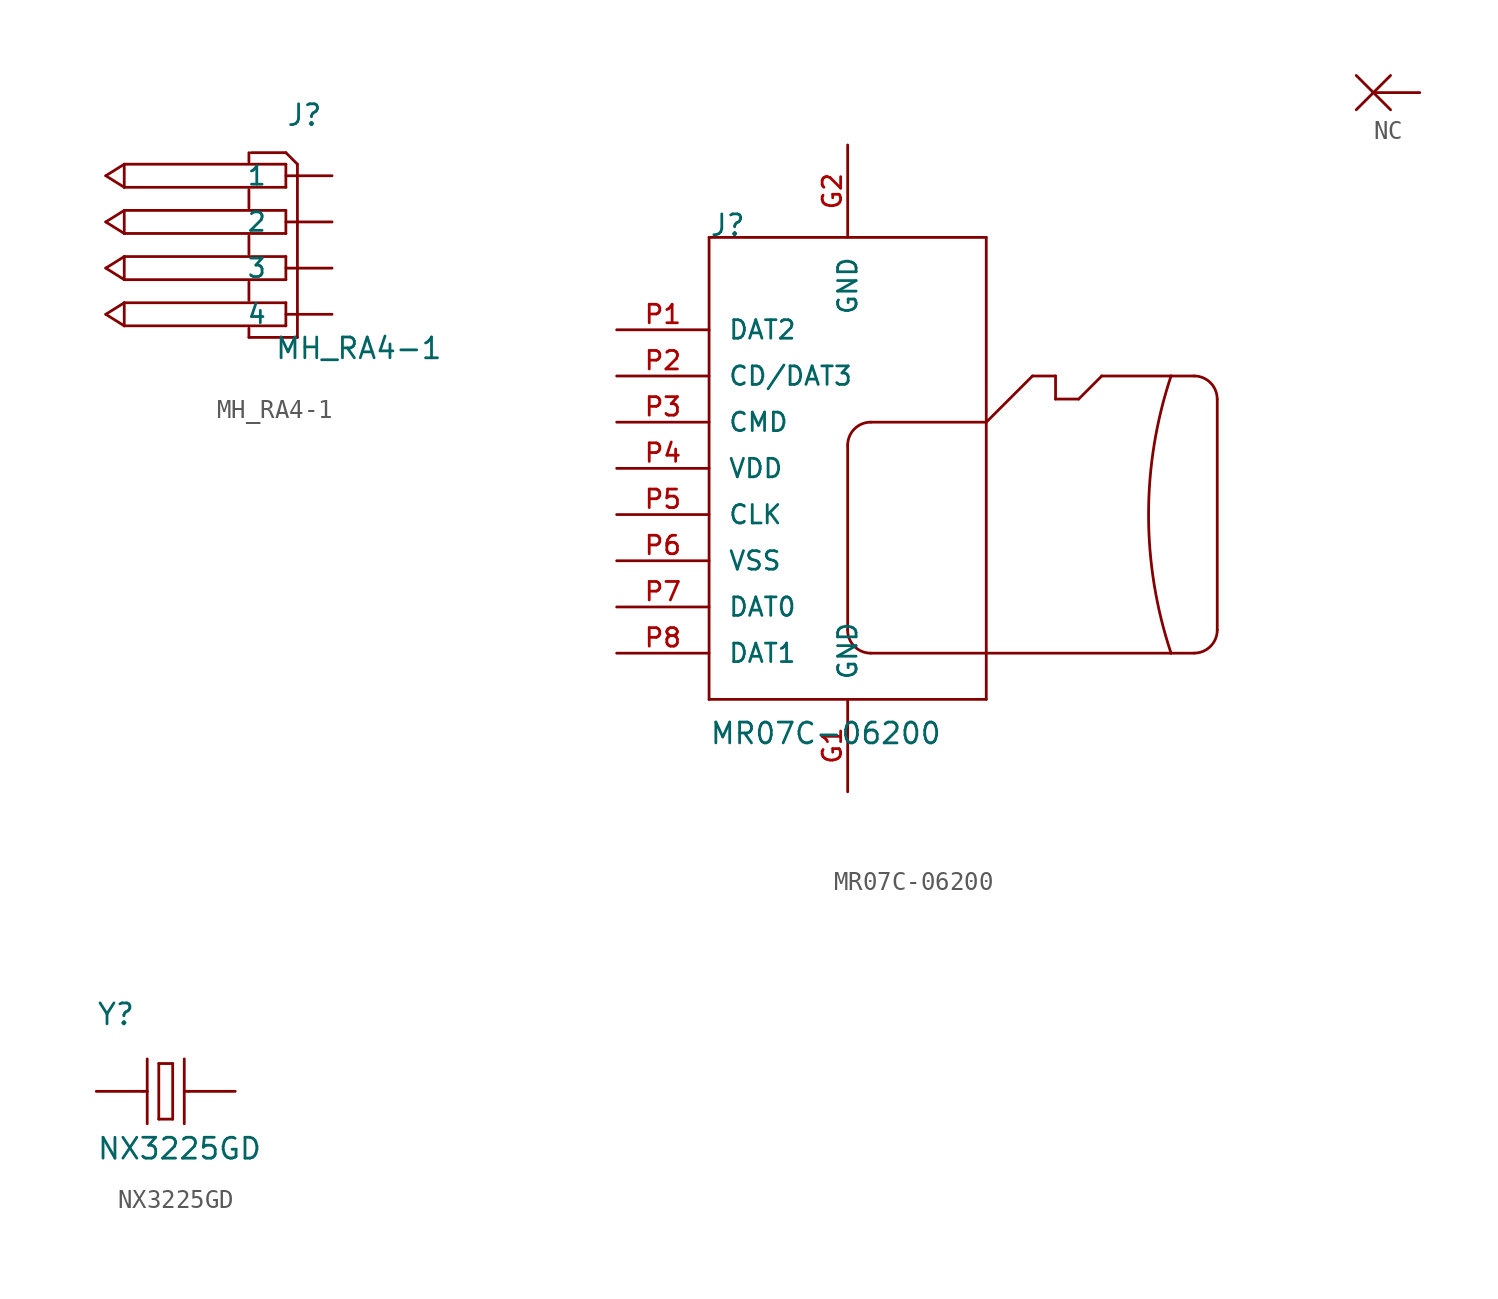
<source format=kicad_sym>
(kicad_symbol_lib
  (version 20211014)
  (generator kicad_symbol_editor)
  (symbol "MH_RA4-1"
    (pin_numbers hide)
    (pin_names
      (offset 1.016))
    (property "Reference" "J"
      (at 0 7.747 0)
      (effects (font (size 1.143 1.143)) (justify left bottom)))
    (property "Value" "MH_RA4-1"
      (at -0.635 -5.08 0)
      (effects (font (size 1.143 1.143)) (justify left bottom)))
    (property "ki_locked" ""
      (at 0 0 0)
      (effects (font (size 1.27 1.27))))
    (symbol "MH_RA4-1_1_0"
      (polyline (pts (xy -9.906 -2.54) (xy -8.89 -3.175)) (stroke (width 0) (type default) (color 0 0 0 0)) (fill (type none)))
      (polyline (pts (xy -9.906 0) (xy -8.89 -0.635)) (stroke (width 0) (type default) (color 0 0 0 0)) (fill (type none)))
      (polyline (pts (xy -9.906 2.54) (xy -8.89 1.905)) (stroke (width 0) (type default) (color 0 0 0 0)) (fill (type none)))
      (polyline (pts (xy -9.906 5.08) (xy -8.89 4.445)) (stroke (width 0) (type default) (color 0 0 0 0)) (fill (type none)))
      (polyline (pts (xy -8.89 -3.175) (xy -8.89 -1.905)) (stroke (width 0) (type default) (color 0 0 0 0)) (fill (type none)))
      (polyline (pts (xy -8.89 -1.905) (xy -9.906 -2.54)) (stroke (width 0) (type default) (color 0 0 0 0)) (fill (type none)))
      (polyline (pts (xy -8.89 -1.905) (xy 0 -1.905)) (stroke (width 0) (type default) (color 0 0 0 0)) (fill (type none)))
      (polyline (pts (xy -8.89 -0.635) (xy -8.89 0.635)) (stroke (width 0) (type default) (color 0 0 0 0)) (fill (type none)))
      (polyline (pts (xy -8.89 0.635) (xy -9.906 0)) (stroke (width 0) (type default) (color 0 0 0 0)) (fill (type none)))
      (polyline (pts (xy -8.89 0.635) (xy 0 0.635)) (stroke (width 0) (type default) (color 0 0 0 0)) (fill (type none)))
      (polyline (pts (xy -8.89 1.905) (xy -8.89 3.175)) (stroke (width 0) (type default) (color 0 0 0 0)) (fill (type none)))
      (polyline (pts (xy -8.89 3.175) (xy -9.906 2.54)) (stroke (width 0) (type default) (color 0 0 0 0)) (fill (type none)))
      (polyline (pts (xy -8.89 3.175) (xy 0 3.175)) (stroke (width 0) (type default) (color 0 0 0 0)) (fill (type none)))
      (polyline (pts (xy -8.89 4.445) (xy -8.89 5.715)) (stroke (width 0) (type default) (color 0 0 0 0)) (fill (type none)))
      (polyline (pts (xy -8.89 5.715) (xy -9.906 5.08)) (stroke (width 0) (type default) (color 0 0 0 0)) (fill (type none)))
      (polyline (pts (xy -8.89 5.715) (xy 0 5.715)) (stroke (width 0) (type default) (color 0 0 0 0)) (fill (type none)))
      (polyline (pts (xy -2.032 -3.302) (xy -2.032 -3.81)) (stroke (width 0) (type default) (color 0 0 0 0)) (fill (type none)))
      (polyline (pts (xy -2.032 -0.762) (xy -2.032 -1.778)) (stroke (width 0) (type default) (color 0 0 0 0)) (fill (type none)))
      (polyline (pts (xy -2.032 1.778) (xy -2.032 0.762)) (stroke (width 0) (type default) (color 0 0 0 0)) (fill (type none)))
      (polyline (pts (xy -2.032 4.318) (xy -2.032 3.302)) (stroke (width 0) (type default) (color 0 0 0 0)) (fill (type none)))
      (polyline (pts (xy -2.032 6.35) (xy -2.032 5.842)) (stroke (width 0) (type default) (color 0 0 0 0)) (fill (type none)))
      (polyline (pts (xy -1.905 6.35) (xy 0 6.35)) (stroke (width 0) (type default) (color 0 0 0 0)) (fill (type none)))
      (polyline (pts (xy 0 -3.175) (xy -8.89 -3.175)) (stroke (width 0) (type default) (color 0 0 0 0)) (fill (type none)))
      (polyline (pts (xy 0 -1.905) (xy 0 -3.175)) (stroke (width 0) (type default) (color 0 0 0 0)) (fill (type none)))
      (polyline (pts (xy 0 -0.635) (xy -8.89 -0.635)) (stroke (width 0) (type default) (color 0 0 0 0)) (fill (type none)))
      (polyline (pts (xy 0 0.635) (xy 0 -0.635)) (stroke (width 0) (type default) (color 0 0 0 0)) (fill (type none)))
      (polyline (pts (xy 0 1.905) (xy -8.89 1.905)) (stroke (width 0) (type default) (color 0 0 0 0)) (fill (type none)))
      (polyline (pts (xy 0 3.175) (xy 0 1.905)) (stroke (width 0) (type default) (color 0 0 0 0)) (fill (type none)))
      (polyline (pts (xy 0 4.445) (xy -8.89 4.445)) (stroke (width 0) (type default) (color 0 0 0 0)) (fill (type none)))
      (polyline (pts (xy 0 5.715) (xy 0 4.445)) (stroke (width 0) (type default) (color 0 0 0 0)) (fill (type none)))
      (polyline (pts (xy 0 6.35) (xy 0.635 5.715)) (stroke (width 0) (type default) (color 0 0 0 0)) (fill (type none)))
      (polyline (pts (xy 0.635 -3.81) (xy -2.032 -3.81)) (stroke (width 0) (type default) (color 0 0 0 0)) (fill (type none)))
      (polyline (pts (xy 0.635 -3.81) (xy 0.635 5.715)) (stroke (width 0) (type default) (color 0 0 0 0)) (fill (type none))))
    (symbol "MH_RA4-1_1_1"
      (pin passive line (at 2.54 5.08 180) (length 2.54) (name "1" (effects (font (size 1.016 1.016)))) (number "1" (effects (font (size 1.016 1.016)))))
      (pin passive line (at 2.54 2.54 180) (length 2.54) (name "2" (effects (font (size 1.016 1.016)))) (number "2" (effects (font (size 1.016 1.016)))))
      (pin passive line (at 2.54 0 180) (length 2.54) (name "3" (effects (font (size 1.016 1.016)))) (number "3" (effects (font (size 1.016 1.016)))))
      (pin passive line (at 2.54 -2.54 180) (length 2.54) (name "4" (effects (font (size 1.016 1.016)))) (number "4" (effects (font (size 1.016 1.016)))))))
  (symbol "MR07C-06200"
    (pin_names
      (offset 1.016))
    (property "Reference" "J"
      (at -7.62 12.7 0)
      (effects (font (size 1.143 1.143)) (justify left bottom)))
    (property "Value" "MR07C-06200"
      (at -7.62 -15.24 0)
      (effects (font (size 1.143 1.143)) (justify left bottom)))
    (property "ki_locked" ""
      (at 0 0 0)
      (effects (font (size 1.27 1.27))))
    (symbol "MR07C-06200_1_0"
      (polyline (pts (xy -7.62 -12.7) (xy 7.62 -12.7)) (stroke (width 0) (type default) (color 0 0 0 0)) (fill (type none)))
      (polyline (pts (xy -7.62 12.7) (xy -7.62 -12.7)) (stroke (width 0) (type default) (color 0 0 0 0)) (fill (type none)))
      (polyline (pts (xy 0 -8.89) (xy 0 1.27)) (stroke (width 0) (type default) (color 0 0 0 0)) (fill (type none)))
      (polyline (pts (xy 1.27 2.54) (xy 7.62 2.54)) (stroke (width 0) (type default) (color 0 0 0 0)) (fill (type none)))
      (polyline (pts (xy 7.62 2.54) (xy 10.16 5.08)) (stroke (width 0) (type default) (color 0 0 0 0)) (fill (type none)))
      (polyline (pts (xy 7.62 12.7) (xy -7.62 12.7)) (stroke (width 0) (type default) (color 0 0 0 0)) (fill (type none)))
      (polyline (pts (xy 7.62 12.7) (xy 7.62 -12.7)) (stroke (width 0) (type default) (color 0 0 0 0)) (fill (type none)))
      (polyline (pts (xy 10.16 5.08) (xy 11.43 5.08)) (stroke (width 0) (type default) (color 0 0 0 0)) (fill (type none)))
      (polyline (pts (xy 11.43 3.81) (xy 12.7 3.81)) (stroke (width 0) (type default) (color 0 0 0 0)) (fill (type none)))
      (polyline (pts (xy 11.43 5.08) (xy 11.43 3.81)) (stroke (width 0) (type default) (color 0 0 0 0)) (fill (type none)))
      (polyline (pts (xy 12.7 3.81) (xy 13.97 5.08)) (stroke (width 0) (type default) (color 0 0 0 0)) (fill (type none)))
      (polyline (pts (xy 13.97 5.08) (xy 17.78 5.08)) (stroke (width 0) (type default) (color 0 0 0 0)) (fill (type none)))
      (polyline (pts (xy 17.78 -10.16) (xy 1.27 -10.16)) (stroke (width 0) (type default) (color 0 0 0 0)) (fill (type none)))
      (polyline (pts (xy 17.78 5.08) (xy 19.05 5.08)) (stroke (width 0) (type default) (color 0 0 0 0)) (fill (type none)))
      (polyline (pts (xy 19.05 -10.16) (xy 17.78 -10.16)) (stroke (width 0) (type default) (color 0 0 0 0)) (fill (type none)))
      (polyline (pts (xy 20.32 3.81) (xy 20.32 -8.89)) (stroke (width 0) (type default) (color 0 0 0 0)) (fill (type none))))
    (symbol "MR07C-06200_1_1"
      (arc (start 0 -8.89) (mid 0.372 -9.788) (end 1.27 -10.16) (stroke (width 0) (type default) (color 0 0 0 0)) (fill (type none)))
      (arc (start 1.27 2.54) (mid 0.372 2.168) (end 0 1.27) (stroke (width 0) (type default) (color 0 0 0 0)) (fill (type none)))
      (arc (start 17.78 5.08) (mid 16.5434 -2.54) (end 17.78 -10.16) (stroke (width 0) (type default) (color 0 0 0 0)) (fill (type none)))
      (arc (start 19.05 -10.16) (mid 19.948 -9.788) (end 20.32 -8.89) (stroke (width 0) (type default) (color 0 0 0 0)) (fill (type none)))
      (arc (start 20.32 3.81) (mid 19.948 4.708) (end 19.05 5.08) (stroke (width 0) (type default) (color 0 0 0 0)) (fill (type none)))
      (pin power_in line (at 0 -17.78 90) (length 5.08) (name "GND" (effects (font (size 1.016 1.016)))) (number "G1" (effects (font (size 1.016 1.016)))))
      (pin power_in line (at 0 17.78 270) (length 5.08) (name "GND" (effects (font (size 1.016 1.016)))) (number "G2" (effects (font (size 1.016 1.016)))))
      (pin bidirectional line (at -12.7 7.62 0) (length 5.08) (name "DAT2" (effects (font (size 1.016 1.016)))) (number "P1" (effects (font (size 1.016 1.016)))))
      (pin bidirectional line (at -12.7 5.08 0) (length 5.08) (name "CD/DAT3" (effects (font (size 1.016 1.016)))) (number "P2" (effects (font (size 1.016 1.016)))))
      (pin input line (at -12.7 2.54 0) (length 5.08) (name "CMD" (effects (font (size 1.016 1.016)))) (number "P3" (effects (font (size 1.016 1.016)))))
      (pin power_in line (at -12.7 0 0) (length 5.08) (name "VDD" (effects (font (size 1.016 1.016)))) (number "P4" (effects (font (size 1.016 1.016)))))
      (pin input line (at -12.7 -2.54 0) (length 5.08) (name "CLK" (effects (font (size 1.016 1.016)))) (number "P5" (effects (font (size 1.016 1.016)))))
      (pin power_in line (at -12.7 -5.08 0) (length 5.08) (name "VSS" (effects (font (size 1.016 1.016)))) (number "P6" (effects (font (size 1.016 1.016)))))
      (pin bidirectional line (at -12.7 -7.62 0) (length 5.08) (name "DAT0" (effects (font (size 1.016 1.016)))) (number "P7" (effects (font (size 1.016 1.016)))))
      (pin bidirectional line (at -12.7 -10.16 0) (length 5.08) (name "DAT1" (effects (font (size 1.016 1.016)))) (number "P8" (effects (font (size 1.016 1.016)))))))
  (symbol "NC"
    (pin_numbers hide)
    (pin_names
      (offset 1.016) hide)
    (property "Reference" "#PORT"
      (at 0 0 0)
      (effects (font (size 1.143 1.143)) hide))
    (property "ki_locked" ""
      (at 0 0 0)
      (effects (font (size 1.27 1.27))))
    (symbol "NC_1_0"
      (polyline (pts (xy -0.94 -0.94) (xy 0 0)) (stroke (width 0) (type default) (color 0 0 0 0)) (fill (type none)))
      (polyline (pts (xy -0.94 0.94) (xy 0 0)) (stroke (width 0) (type default) (color 0 0 0 0)) (fill (type none)))
      (polyline (pts (xy 0 0) (xy 0.94 -0.94)) (stroke (width 0) (type default) (color 0 0 0 0)) (fill (type none)))
      (polyline (pts (xy 0 0) (xy 0.94 0.94)) (stroke (width 0) (type default) (color 0 0 0 0)) (fill (type none)))
      (polyline (pts (xy 2.54 0) (xy 0 0)) (stroke (width 0) (type default) (color 0 0 0 0)) (fill (type none)))))
  (symbol "NX3225GD"
    (pin_numbers hide)
    (pin_names
      (offset 1.016) hide)
    (property "Reference" "Y"
      (at -5.08 3.556 0)
      (effects (font (size 1.143 1.143)) (justify left bottom)))
    (property "Value" "NX3225GD"
      (at -5.08 -3.81 0)
      (effects (font (size 1.143 1.143)) (justify left bottom)))
    (property "ki_locked" ""
      (at 0 0 0)
      (effects (font (size 1.27 1.27))))
    (symbol "NX3225GD_1_0"
      (polyline (pts (xy -2.54 0) (xy -2.286 0)) (stroke (width 0) (type default) (color 0 0 0 0)) (fill (type none)))
      (polyline (pts (xy -2.286 0) (xy -2.286 -1.778)) (stroke (width 0) (type default) (color 0 0 0 0)) (fill (type none)))
      (polyline (pts (xy -2.286 1.778) (xy -2.286 0)) (stroke (width 0) (type default) (color 0 0 0 0)) (fill (type none)))
      (polyline (pts (xy -1.651 -1.524) (xy -0.889 -1.524)) (stroke (width 0) (type default) (color 0 0 0 0)) (fill (type none)))
      (polyline (pts (xy -1.651 1.524) (xy -1.651 -1.524)) (stroke (width 0) (type default) (color 0 0 0 0)) (fill (type none)))
      (polyline (pts (xy -0.889 -1.524) (xy -0.889 1.524)) (stroke (width 0) (type default) (color 0 0 0 0)) (fill (type none)))
      (polyline (pts (xy -0.889 1.524) (xy -1.651 1.524)) (stroke (width 0) (type default) (color 0 0 0 0)) (fill (type none)))
      (polyline (pts (xy -0.254 0) (xy -0.254 -1.778)) (stroke (width 0) (type default) (color 0 0 0 0)) (fill (type none)))
      (polyline (pts (xy -0.254 0) (xy 0 0)) (stroke (width 0) (type default) (color 0 0 0 0)) (fill (type none)))
      (polyline (pts (xy -0.254 1.778) (xy -0.254 0)) (stroke (width 0) (type default) (color 0 0 0 0)) (fill (type none))))
    (symbol "NX3225GD_1_1"
      (pin passive line (at -5.08 0 0) (length 2.54) (name "1" (effects (font (size 1.016 1.016)))) (number "1" (effects (font (size 1.016 1.016)))))
      (pin passive line (at 2.54 0 180) (length 2.54) (name "2" (effects (font (size 1.016 1.016)))) (number "2" (effects (font (size 1.016 1.016))))))))
</source>
